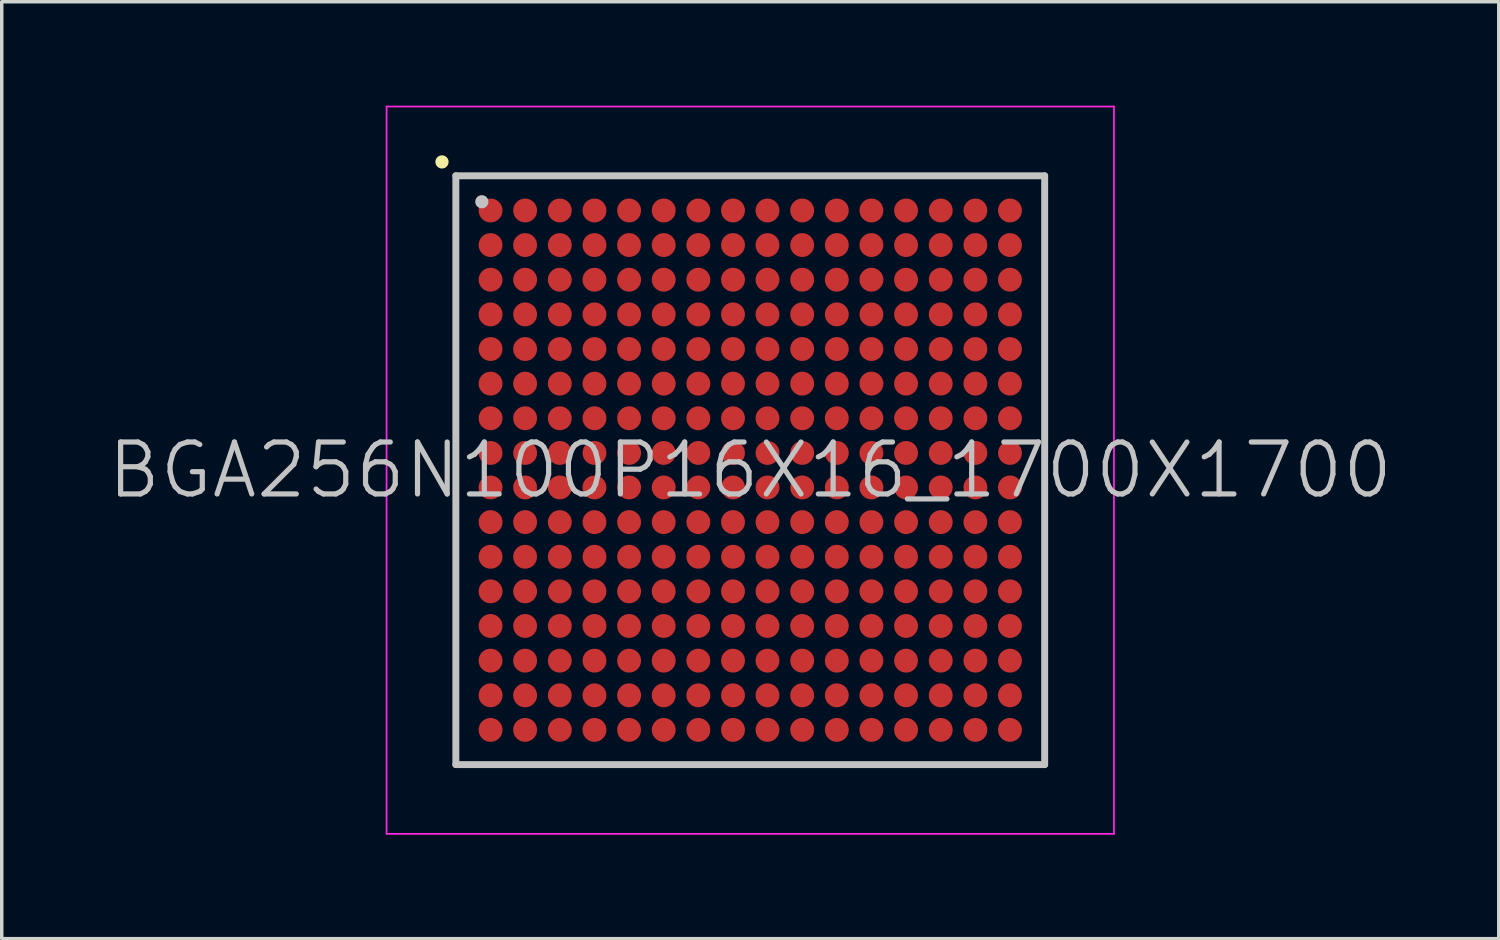
<source format=kicad_pcb>
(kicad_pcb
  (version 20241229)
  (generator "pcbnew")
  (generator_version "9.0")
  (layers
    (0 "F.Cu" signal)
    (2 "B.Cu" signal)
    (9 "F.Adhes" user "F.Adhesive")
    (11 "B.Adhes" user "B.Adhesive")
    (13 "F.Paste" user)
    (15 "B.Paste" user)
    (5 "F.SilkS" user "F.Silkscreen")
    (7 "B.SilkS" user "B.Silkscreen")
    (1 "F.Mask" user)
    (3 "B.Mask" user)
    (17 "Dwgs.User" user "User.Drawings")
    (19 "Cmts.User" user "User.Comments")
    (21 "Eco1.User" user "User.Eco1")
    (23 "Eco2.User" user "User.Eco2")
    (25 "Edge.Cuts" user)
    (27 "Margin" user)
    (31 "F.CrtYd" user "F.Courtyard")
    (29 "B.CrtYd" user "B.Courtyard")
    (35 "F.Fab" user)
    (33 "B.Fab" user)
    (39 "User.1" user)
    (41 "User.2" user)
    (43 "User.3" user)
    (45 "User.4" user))
  (footprint "BGA256N100P16X16_1700X1700"
    (layer "F.Cu")
    (at 18.611 10.525)
    (property "Reference" "BGA256N100P16X16_1700X1700" (at 0 0 0) (layer "Dwgs.User") (effects (font (size 1.5 1.5) (thickness 0.15))))
    (attr smd)
    (fp_line (start -8.9 -8.9) (end -8.9 -8.9) (stroke (width 0.381) (type solid)) (layer "F.SilkS"))
    (fp_line (start -8.5 -8.5) (end -8.5 8.5) (stroke (width 0.2) (type solid)) (layer "Dwgs.User"))
    (fp_line (start -8.5 -8.5) (end 8.5 -8.5) (stroke (width 0.2) (type solid)) (layer "Dwgs.User"))
    (fp_line (start -8.5 8.5) (end 8.5 8.5) (stroke (width 0.2) (type solid)) (layer "Dwgs.User"))
    (fp_line (start -7.75 -7.75) (end -7.75 -7.75) (stroke (width 0.381) (type solid)) (layer "Dwgs.User"))
    (fp_line (start 8.5 -8.5) (end 8.5 8.5) (stroke (width 0.2) (type solid)) (layer "Dwgs.User"))
    (fp_line (start -10.5 -10.5) (end -10.5 10.5) (stroke (width 0.05) (type solid)) (layer "F.CrtYd"))
    (fp_line (start -10.5 -10.5) (end 10.5 -10.5) (stroke (width 0.05) (type solid)) (layer "F.CrtYd"))
    (fp_line (start -10.5 10.5) (end 10.5 10.5) (stroke (width 0.05) (type solid)) (layer "F.CrtYd"))
    (fp_line (start 10.5 -10.5) (end 10.5 10.5) (stroke (width 0.05) (type solid)) (layer "F.CrtYd"))
    (pad "A1" smd circle (at -7.498 -7.498 270) (size 0.69 0.69) (layers "F.Cu" "F.Mask" "F.Paste"))
    (pad "A2" smd circle (at -6.5 -7.498 270) (size 0.69 0.69) (layers "F.Cu" "F.Mask" "F.Paste"))
    (pad "A3" smd circle (at -5.499 -7.498 270) (size 0.69 0.69) (layers "F.Cu" "F.Mask" "F.Paste"))
    (pad "A4" smd circle (at -4.498 -7.498 270) (size 0.69 0.69) (layers "F.Cu" "F.Mask" "F.Paste"))
    (pad "A5" smd circle (at -3.498 -7.498 270) (size 0.69 0.69) (layers "F.Cu" "F.Mask" "F.Paste"))
    (pad "A6" smd circle (at -2.499 -7.498 270) (size 0.69 0.69) (layers "F.Cu" "F.Mask" "F.Paste"))
    (pad "A7" smd circle (at -1.499 -7.498 270) (size 0.69 0.69) (layers "F.Cu" "F.Mask" "F.Paste"))
    (pad "A8" smd circle (at -0.498 -7.498 270) (size 0.69 0.69) (layers "F.Cu" "F.Mask" "F.Paste"))
    (pad "A9" smd circle (at 0.498 -7.498 270) (size 0.69 0.69) (layers "F.Cu" "F.Mask" "F.Paste"))
    (pad "A10" smd circle (at 1.499 -7.498 270) (size 0.69 0.69) (layers "F.Cu" "F.Mask" "F.Paste"))
    (pad "A11" smd circle (at 2.499 -7.498 270) (size 0.69 0.69) (layers "F.Cu" "F.Mask" "F.Paste"))
    (pad "A12" smd circle (at 3.498 -7.498 270) (size 0.69 0.69) (layers "F.Cu" "F.Mask" "F.Paste"))
    (pad "A13" smd circle (at 4.498 -7.498 270) (size 0.69 0.69) (layers "F.Cu" "F.Mask" "F.Paste"))
    (pad "A14" smd circle (at 5.499 -7.498 270) (size 0.69 0.69) (layers "F.Cu" "F.Mask" "F.Paste"))
    (pad "A15" smd circle (at 6.5 -7.498 270) (size 0.69 0.69) (layers "F.Cu" "F.Mask" "F.Paste"))
    (pad "A16" smd circle (at 7.498 -7.498 270) (size 0.69 0.69) (layers "F.Cu" "F.Mask" "F.Paste"))
    (pad "B1" smd circle (at -7.498 -6.5 270) (size 0.69 0.69) (layers "F.Cu" "F.Mask" "F.Paste"))
    (pad "B2" smd circle (at -6.5 -6.5 270) (size 0.69 0.69) (layers "F.Cu" "F.Mask" "F.Paste"))
    (pad "B3" smd circle (at -5.499 -6.5 270) (size 0.69 0.69) (layers "F.Cu" "F.Mask" "F.Paste"))
    (pad "B4" smd circle (at -4.498 -6.5 270) (size 0.69 0.69) (layers "F.Cu" "F.Mask" "F.Paste"))
    (pad "B5" smd circle (at -3.498 -6.5 270) (size 0.69 0.69) (layers "F.Cu" "F.Mask" "F.Paste"))
    (pad "B6" smd circle (at -2.499 -6.5 270) (size 0.69 0.69) (layers "F.Cu" "F.Mask" "F.Paste"))
    (pad "B7" smd circle (at -1.499 -6.5 270) (size 0.69 0.69) (layers "F.Cu" "F.Mask" "F.Paste"))
    (pad "B8" smd circle (at -0.498 -6.5 270) (size 0.69 0.69) (layers "F.Cu" "F.Mask" "F.Paste"))
    (pad "B9" smd circle (at 0.498 -6.5 270) (size 0.69 0.69) (layers "F.Cu" "F.Mask" "F.Paste"))
    (pad "B10" smd circle (at 1.499 -6.5 270) (size 0.69 0.69) (layers "F.Cu" "F.Mask" "F.Paste"))
    (pad "B11" smd circle (at 2.499 -6.5 270) (size 0.69 0.69) (layers "F.Cu" "F.Mask" "F.Paste"))
    (pad "B12" smd circle (at 3.498 -6.5 270) (size 0.69 0.69) (layers "F.Cu" "F.Mask" "F.Paste"))
    (pad "B13" smd circle (at 4.498 -6.5 270) (size 0.69 0.69) (layers "F.Cu" "F.Mask" "F.Paste"))
    (pad "B14" smd circle (at 5.499 -6.5 270) (size 0.69 0.69) (layers "F.Cu" "F.Mask" "F.Paste"))
    (pad "B15" smd circle (at 6.5 -6.5 270) (size 0.69 0.69) (layers "F.Cu" "F.Mask" "F.Paste"))
    (pad "B16" smd circle (at 7.498 -6.5 270) (size 0.69 0.69) (layers "F.Cu" "F.Mask" "F.Paste"))
    (pad "C1" smd circle (at -7.498 -5.499 270) (size 0.69 0.69) (layers "F.Cu" "F.Mask" "F.Paste"))
    (pad "C2" smd circle (at -6.5 -5.499 270) (size 0.69 0.69) (layers "F.Cu" "F.Mask" "F.Paste"))
    (pad "C3" smd circle (at -5.499 -5.499 270) (size 0.69 0.69) (layers "F.Cu" "F.Mask" "F.Paste"))
    (pad "C4" smd circle (at -4.498 -5.499 270) (size 0.69 0.69) (layers "F.Cu" "F.Mask" "F.Paste"))
    (pad "C5" smd circle (at -3.498 -5.499 270) (size 0.69 0.69) (layers "F.Cu" "F.Mask" "F.Paste"))
    (pad "C6" smd circle (at -2.499 -5.499 270) (size 0.69 0.69) (layers "F.Cu" "F.Mask" "F.Paste"))
    (pad "C7" smd circle (at -1.499 -5.499 270) (size 0.69 0.69) (layers "F.Cu" "F.Mask" "F.Paste"))
    (pad "C8" smd circle (at -0.498 -5.499 270) (size 0.69 0.69) (layers "F.Cu" "F.Mask" "F.Paste"))
    (pad "C9" smd circle (at 0.498 -5.499 270) (size 0.69 0.69) (layers "F.Cu" "F.Mask" "F.Paste"))
    (pad "C10" smd circle (at 1.499 -5.499 270) (size 0.69 0.69) (layers "F.Cu" "F.Mask" "F.Paste"))
    (pad "C11" smd circle (at 2.499 -5.499 270) (size 0.69 0.69) (layers "F.Cu" "F.Mask" "F.Paste"))
    (pad "C12" smd circle (at 3.498 -5.499 270) (size 0.69 0.69) (layers "F.Cu" "F.Mask" "F.Paste"))
    (pad "C13" smd circle (at 4.498 -5.499 270) (size 0.69 0.69) (layers "F.Cu" "F.Mask" "F.Paste"))
    (pad "C14" smd circle (at 5.499 -5.499 270) (size 0.69 0.69) (layers "F.Cu" "F.Mask" "F.Paste"))
    (pad "C15" smd circle (at 6.5 -5.499 270) (size 0.69 0.69) (layers "F.Cu" "F.Mask" "F.Paste"))
    (pad "C16" smd circle (at 7.498 -5.499 270) (size 0.69 0.69) (layers "F.Cu" "F.Mask" "F.Paste"))
    (pad "D1" smd circle (at -7.498 -4.498 270) (size 0.69 0.69) (layers "F.Cu" "F.Mask" "F.Paste"))
    (pad "D2" smd circle (at -6.5 -4.498 270) (size 0.69 0.69) (layers "F.Cu" "F.Mask" "F.Paste"))
    (pad "D3" smd circle (at -5.499 -4.498 270) (size 0.69 0.69) (layers "F.Cu" "F.Mask" "F.Paste"))
    (pad "D4" smd circle (at -4.498 -4.498 270) (size 0.69 0.69) (layers "F.Cu" "F.Mask" "F.Paste"))
    (pad "D5" smd circle (at -3.498 -4.498 270) (size 0.69 0.69) (layers "F.Cu" "F.Mask" "F.Paste"))
    (pad "D6" smd circle (at -2.499 -4.498 270) (size 0.69 0.69) (layers "F.Cu" "F.Mask" "F.Paste"))
    (pad "D7" smd circle (at -1.499 -4.498 270) (size 0.69 0.69) (layers "F.Cu" "F.Mask" "F.Paste"))
    (pad "D8" smd circle (at -0.498 -4.498 270) (size 0.69 0.69) (layers "F.Cu" "F.Mask" "F.Paste"))
    (pad "D9" smd circle (at 0.498 -4.498 270) (size 0.69 0.69) (layers "F.Cu" "F.Mask" "F.Paste"))
    (pad "D10" smd circle (at 1.499 -4.498 270) (size 0.69 0.69) (layers "F.Cu" "F.Mask" "F.Paste"))
    (pad "D11" smd circle (at 2.499 -4.498 270) (size 0.69 0.69) (layers "F.Cu" "F.Mask" "F.Paste"))
    (pad "D12" smd circle (at 3.498 -4.498 270) (size 0.69 0.69) (layers "F.Cu" "F.Mask" "F.Paste"))
    (pad "D13" smd circle (at 4.498 -4.498 270) (size 0.69 0.69) (layers "F.Cu" "F.Mask" "F.Paste"))
    (pad "D14" smd circle (at 5.499 -4.498 270) (size 0.69 0.69) (layers "F.Cu" "F.Mask" "F.Paste"))
    (pad "D15" smd circle (at 6.5 -4.498 270) (size 0.69 0.69) (layers "F.Cu" "F.Mask" "F.Paste"))
    (pad "D16" smd circle (at 7.498 -4.498 270) (size 0.69 0.69) (layers "F.Cu" "F.Mask" "F.Paste"))
    (pad "E1" smd circle (at -7.498 -3.498 270) (size 0.69 0.69) (layers "F.Cu" "F.Mask" "F.Paste"))
    (pad "E2" smd circle (at -6.5 -3.498 270) (size 0.69 0.69) (layers "F.Cu" "F.Mask" "F.Paste"))
    (pad "E3" smd circle (at -5.499 -3.498 270) (size 0.69 0.69) (layers "F.Cu" "F.Mask" "F.Paste"))
    (pad "E4" smd circle (at -4.498 -3.498 270) (size 0.69 0.69) (layers "F.Cu" "F.Mask" "F.Paste"))
    (pad "E5" smd circle (at -3.498 -3.498 270) (size 0.69 0.69) (layers "F.Cu" "F.Mask" "F.Paste"))
    (pad "E6" smd circle (at -2.499 -3.498 270) (size 0.69 0.69) (layers "F.Cu" "F.Mask" "F.Paste"))
    (pad "E7" smd circle (at -1.499 -3.498 270) (size 0.69 0.69) (layers "F.Cu" "F.Mask" "F.Paste"))
    (pad "E8" smd circle (at -0.498 -3.498 270) (size 0.69 0.69) (layers "F.Cu" "F.Mask" "F.Paste"))
    (pad "E9" smd circle (at 0.498 -3.498 270) (size 0.69 0.69) (layers "F.Cu" "F.Mask" "F.Paste"))
    (pad "E10" smd circle (at 1.499 -3.498 270) (size 0.69 0.69) (layers "F.Cu" "F.Mask" "F.Paste"))
    (pad "E11" smd circle (at 2.499 -3.498 270) (size 0.69 0.69) (layers "F.Cu" "F.Mask" "F.Paste"))
    (pad "E12" smd circle (at 3.498 -3.498 270) (size 0.69 0.69) (layers "F.Cu" "F.Mask" "F.Paste"))
    (pad "E13" smd circle (at 4.498 -3.498 270) (size 0.69 0.69) (layers "F.Cu" "F.Mask" "F.Paste"))
    (pad "E14" smd circle (at 5.499 -3.498 270) (size 0.69 0.69) (layers "F.Cu" "F.Mask" "F.Paste"))
    (pad "E15" smd circle (at 6.5 -3.498 270) (size 0.69 0.69) (layers "F.Cu" "F.Mask" "F.Paste"))
    (pad "E16" smd circle (at 7.498 -3.498 270) (size 0.69 0.69) (layers "F.Cu" "F.Mask" "F.Paste"))
    (pad "F1" smd circle (at -7.498 -2.499 270) (size 0.69 0.69) (layers "F.Cu" "F.Mask" "F.Paste"))
    (pad "F2" smd circle (at -6.5 -2.499 270) (size 0.69 0.69) (layers "F.Cu" "F.Mask" "F.Paste"))
    (pad "F3" smd circle (at -5.499 -2.499 270) (size 0.69 0.69) (layers "F.Cu" "F.Mask" "F.Paste"))
    (pad "F4" smd circle (at -4.498 -2.499 270) (size 0.69 0.69) (layers "F.Cu" "F.Mask" "F.Paste"))
    (pad "F5" smd circle (at -3.498 -2.499 270) (size 0.69 0.69) (layers "F.Cu" "F.Mask" "F.Paste"))
    (pad "F6" smd circle (at -2.499 -2.499 270) (size 0.69 0.69) (layers "F.Cu" "F.Mask" "F.Paste"))
    (pad "F7" smd circle (at -1.499 -2.499 270) (size 0.69 0.69) (layers "F.Cu" "F.Mask" "F.Paste"))
    (pad "F8" smd circle (at -0.498 -2.499 270) (size 0.69 0.69) (layers "F.Cu" "F.Mask" "F.Paste"))
    (pad "F9" smd circle (at 0.498 -2.499 270) (size 0.69 0.69) (layers "F.Cu" "F.Mask" "F.Paste"))
    (pad "F10" smd circle (at 1.499 -2.499 270) (size 0.69 0.69) (layers "F.Cu" "F.Mask" "F.Paste"))
    (pad "F11" smd circle (at 2.499 -2.499 270) (size 0.69 0.69) (layers "F.Cu" "F.Mask" "F.Paste"))
    (pad "F12" smd circle (at 3.498 -2.499 270) (size 0.69 0.69) (layers "F.Cu" "F.Mask" "F.Paste"))
    (pad "F13" smd circle (at 4.498 -2.499 270) (size 0.69 0.69) (layers "F.Cu" "F.Mask" "F.Paste"))
    (pad "F14" smd circle (at 5.499 -2.499 270) (size 0.69 0.69) (layers "F.Cu" "F.Mask" "F.Paste"))
    (pad "F15" smd circle (at 6.5 -2.499 270) (size 0.69 0.69) (layers "F.Cu" "F.Mask" "F.Paste"))
    (pad "F16" smd circle (at 7.498 -2.499 270) (size 0.69 0.69) (layers "F.Cu" "F.Mask" "F.Paste"))
    (pad "G1" smd circle (at -7.498 -1.499 270) (size 0.69 0.69) (layers "F.Cu" "F.Mask" "F.Paste"))
    (pad "G2" smd circle (at -6.5 -1.499 270) (size 0.69 0.69) (layers "F.Cu" "F.Mask" "F.Paste"))
    (pad "G3" smd circle (at -5.499 -1.499 270) (size 0.69 0.69) (layers "F.Cu" "F.Mask" "F.Paste"))
    (pad "G4" smd circle (at -4.498 -1.499 270) (size 0.69 0.69) (layers "F.Cu" "F.Mask" "F.Paste"))
    (pad "G5" smd circle (at -3.498 -1.499 270) (size 0.69 0.69) (layers "F.Cu" "F.Mask" "F.Paste"))
    (pad "G6" smd circle (at -2.499 -1.499 270) (size 0.69 0.69) (layers "F.Cu" "F.Mask" "F.Paste"))
    (pad "G7" smd circle (at -1.499 -1.499 270) (size 0.69 0.69) (layers "F.Cu" "F.Mask" "F.Paste"))
    (pad "G8" smd circle (at -0.498 -1.499 270) (size 0.69 0.69) (layers "F.Cu" "F.Mask" "F.Paste"))
    (pad "G9" smd circle (at 0.498 -1.499 270) (size 0.69 0.69) (layers "F.Cu" "F.Mask" "F.Paste"))
    (pad "G10" smd circle (at 1.499 -1.499 270) (size 0.69 0.69) (layers "F.Cu" "F.Mask" "F.Paste"))
    (pad "G11" smd circle (at 2.499 -1.499 270) (size 0.69 0.69) (layers "F.Cu" "F.Mask" "F.Paste"))
    (pad "G12" smd circle (at 3.498 -1.499 270) (size 0.69 0.69) (layers "F.Cu" "F.Mask" "F.Paste"))
    (pad "G13" smd circle (at 4.498 -1.499 270) (size 0.69 0.69) (layers "F.Cu" "F.Mask" "F.Paste"))
    (pad "G14" smd circle (at 5.499 -1.499 270) (size 0.69 0.69) (layers "F.Cu" "F.Mask" "F.Paste"))
    (pad "G15" smd circle (at 6.5 -1.499 270) (size 0.69 0.69) (layers "F.Cu" "F.Mask" "F.Paste"))
    (pad "G16" smd circle (at 7.498 -1.499 270) (size 0.69 0.69) (layers "F.Cu" "F.Mask" "F.Paste"))
    (pad "H1" smd circle (at -7.498 -0.498 270) (size 0.69 0.69) (layers "F.Cu" "F.Mask" "F.Paste"))
    (pad "H2" smd circle (at -6.5 -0.498 270) (size 0.69 0.69) (layers "F.Cu" "F.Mask" "F.Paste"))
    (pad "H3" smd circle (at -5.499 -0.498 270) (size 0.69 0.69) (layers "F.Cu" "F.Mask" "F.Paste"))
    (pad "H4" smd circle (at -4.498 -0.498 270) (size 0.69 0.69) (layers "F.Cu" "F.Mask" "F.Paste"))
    (pad "H5" smd circle (at -3.498 -0.498 270) (size 0.69 0.69) (layers "F.Cu" "F.Mask" "F.Paste"))
    (pad "H6" smd circle (at -2.499 -0.498 270) (size 0.69 0.69) (layers "F.Cu" "F.Mask" "F.Paste"))
    (pad "H7" smd circle (at -1.499 -0.498 270) (size 0.69 0.69) (layers "F.Cu" "F.Mask" "F.Paste"))
    (pad "H8" smd circle (at -0.498 -0.498 270) (size 0.69 0.69) (layers "F.Cu" "F.Mask" "F.Paste"))
    (pad "H9" smd circle (at 0.498 -0.498 270) (size 0.69 0.69) (layers "F.Cu" "F.Mask" "F.Paste"))
    (pad "H10" smd circle (at 1.499 -0.498 270) (size 0.69 0.69) (layers "F.Cu" "F.Mask" "F.Paste"))
    (pad "H11" smd circle (at 2.499 -0.498 270) (size 0.69 0.69) (layers "F.Cu" "F.Mask" "F.Paste"))
    (pad "H12" smd circle (at 3.498 -0.498 270) (size 0.69 0.69) (layers "F.Cu" "F.Mask" "F.Paste"))
    (pad "H13" smd circle (at 4.498 -0.498 270) (size 0.69 0.69) (layers "F.Cu" "F.Mask" "F.Paste"))
    (pad "H14" smd circle (at 5.499 -0.498 270) (size 0.69 0.69) (layers "F.Cu" "F.Mask" "F.Paste"))
    (pad "H15" smd circle (at 6.5 -0.498 270) (size 0.69 0.69) (layers "F.Cu" "F.Mask" "F.Paste"))
    (pad "H16" smd circle (at 7.498 -0.498 270) (size 0.69 0.69) (layers "F.Cu" "F.Mask" "F.Paste"))
    (pad "J1" smd circle (at -7.498 0.498 270) (size 0.69 0.69) (layers "F.Cu" "F.Mask" "F.Paste"))
    (pad "J2" smd circle (at -6.5 0.498 270) (size 0.69 0.69) (layers "F.Cu" "F.Mask" "F.Paste"))
    (pad "J3" smd circle (at -5.499 0.498 270) (size 0.69 0.69) (layers "F.Cu" "F.Mask" "F.Paste"))
    (pad "J4" smd circle (at -4.498 0.498 270) (size 0.69 0.69) (layers "F.Cu" "F.Mask" "F.Paste"))
    (pad "J5" smd circle (at -3.498 0.498 270) (size 0.69 0.69) (layers "F.Cu" "F.Mask" "F.Paste"))
    (pad "J6" smd circle (at -2.499 0.498 270) (size 0.69 0.69) (layers "F.Cu" "F.Mask" "F.Paste"))
    (pad "J7" smd circle (at -1.499 0.498 270) (size 0.69 0.69) (layers "F.Cu" "F.Mask" "F.Paste"))
    (pad "J8" smd circle (at -0.498 0.498 270) (size 0.69 0.69) (layers "F.Cu" "F.Mask" "F.Paste"))
    (pad "J9" smd circle (at 0.498 0.498 270) (size 0.69 0.69) (layers "F.Cu" "F.Mask" "F.Paste"))
    (pad "J10" smd circle (at 1.499 0.498 270) (size 0.69 0.69) (layers "F.Cu" "F.Mask" "F.Paste"))
    (pad "J11" smd circle (at 2.499 0.498 270) (size 0.69 0.69) (layers "F.Cu" "F.Mask" "F.Paste"))
    (pad "J12" smd circle (at 3.498 0.498 270) (size 0.69 0.69) (layers "F.Cu" "F.Mask" "F.Paste"))
    (pad "J13" smd circle (at 4.498 0.498 270) (size 0.69 0.69) (layers "F.Cu" "F.Mask" "F.Paste"))
    (pad "J14" smd circle (at 5.499 0.498 270) (size 0.69 0.69) (layers "F.Cu" "F.Mask" "F.Paste"))
    (pad "J15" smd circle (at 6.5 0.498 270) (size 0.69 0.69) (layers "F.Cu" "F.Mask" "F.Paste"))
    (pad "J16" smd circle (at 7.498 0.498 270) (size 0.69 0.69) (layers "F.Cu" "F.Mask" "F.Paste"))
    (pad "K1" smd circle (at -7.498 1.499 270) (size 0.69 0.69) (layers "F.Cu" "F.Mask" "F.Paste"))
    (pad "K2" smd circle (at -6.5 1.499 270) (size 0.69 0.69) (layers "F.Cu" "F.Mask" "F.Paste"))
    (pad "K3" smd circle (at -5.499 1.499 270) (size 0.69 0.69) (layers "F.Cu" "F.Mask" "F.Paste"))
    (pad "K4" smd circle (at -4.498 1.499 270) (size 0.69 0.69) (layers "F.Cu" "F.Mask" "F.Paste"))
    (pad "K5" smd circle (at -3.498 1.499 270) (size 0.69 0.69) (layers "F.Cu" "F.Mask" "F.Paste"))
    (pad "K6" smd circle (at -2.499 1.499 270) (size 0.69 0.69) (layers "F.Cu" "F.Mask" "F.Paste"))
    (pad "K7" smd circle (at -1.499 1.499 270) (size 0.69 0.69) (layers "F.Cu" "F.Mask" "F.Paste"))
    (pad "K8" smd circle (at -0.498 1.499 270) (size 0.69 0.69) (layers "F.Cu" "F.Mask" "F.Paste"))
    (pad "K9" smd circle (at 0.498 1.499 270) (size 0.69 0.69) (layers "F.Cu" "F.Mask" "F.Paste"))
    (pad "K10" smd circle (at 1.499 1.499 270) (size 0.69 0.69) (layers "F.Cu" "F.Mask" "F.Paste"))
    (pad "K11" smd circle (at 2.499 1.499 270) (size 0.69 0.69) (layers "F.Cu" "F.Mask" "F.Paste"))
    (pad "K12" smd circle (at 3.498 1.499 270) (size 0.69 0.69) (layers "F.Cu" "F.Mask" "F.Paste"))
    (pad "K13" smd circle (at 4.498 1.499 270) (size 0.69 0.69) (layers "F.Cu" "F.Mask" "F.Paste"))
    (pad "K14" smd circle (at 5.499 1.499 270) (size 0.69 0.69) (layers "F.Cu" "F.Mask" "F.Paste"))
    (pad "K15" smd circle (at 6.5 1.499 270) (size 0.69 0.69) (layers "F.Cu" "F.Mask" "F.Paste"))
    (pad "K16" smd circle (at 7.498 1.499 270) (size 0.69 0.69) (layers "F.Cu" "F.Mask" "F.Paste"))
    (pad "L1" smd circle (at -7.498 2.499 270) (size 0.69 0.69) (layers "F.Cu" "F.Mask" "F.Paste"))
    (pad "L2" smd circle (at -6.5 2.499 270) (size 0.69 0.69) (layers "F.Cu" "F.Mask" "F.Paste"))
    (pad "L3" smd circle (at -5.499 2.499 270) (size 0.69 0.69) (layers "F.Cu" "F.Mask" "F.Paste"))
    (pad "L4" smd circle (at -4.498 2.499 270) (size 0.69 0.69) (layers "F.Cu" "F.Mask" "F.Paste"))
    (pad "L5" smd circle (at -3.498 2.499 270) (size 0.69 0.69) (layers "F.Cu" "F.Mask" "F.Paste"))
    (pad "L6" smd circle (at -2.499 2.499 270) (size 0.69 0.69) (layers "F.Cu" "F.Mask" "F.Paste"))
    (pad "L7" smd circle (at -1.499 2.499 270) (size 0.69 0.69) (layers "F.Cu" "F.Mask" "F.Paste"))
    (pad "L8" smd circle (at -0.498 2.499 270) (size 0.69 0.69) (layers "F.Cu" "F.Mask" "F.Paste"))
    (pad "L9" smd circle (at 0.498 2.499 270) (size 0.69 0.69) (layers "F.Cu" "F.Mask" "F.Paste"))
    (pad "L10" smd circle (at 1.499 2.499 270) (size 0.69 0.69) (layers "F.Cu" "F.Mask" "F.Paste"))
    (pad "L11" smd circle (at 2.499 2.499 270) (size 0.69 0.69) (layers "F.Cu" "F.Mask" "F.Paste"))
    (pad "L12" smd circle (at 3.498 2.499 270) (size 0.69 0.69) (layers "F.Cu" "F.Mask" "F.Paste"))
    (pad "L13" smd circle (at 4.498 2.499 270) (size 0.69 0.69) (layers "F.Cu" "F.Mask" "F.Paste"))
    (pad "L14" smd circle (at 5.499 2.499 270) (size 0.69 0.69) (layers "F.Cu" "F.Mask" "F.Paste"))
    (pad "L15" smd circle (at 6.5 2.499 270) (size 0.69 0.69) (layers "F.Cu" "F.Mask" "F.Paste"))
    (pad "L16" smd circle (at 7.498 2.499 270) (size 0.69 0.69) (layers "F.Cu" "F.Mask" "F.Paste"))
    (pad "M1" smd circle (at -7.498 3.498 270) (size 0.69 0.69) (layers "F.Cu" "F.Mask" "F.Paste"))
    (pad "M2" smd circle (at -6.5 3.498 270) (size 0.69 0.69) (layers "F.Cu" "F.Mask" "F.Paste"))
    (pad "M3" smd circle (at -5.499 3.498 270) (size 0.69 0.69) (layers "F.Cu" "F.Mask" "F.Paste"))
    (pad "M4" smd circle (at -4.498 3.498 270) (size 0.69 0.69) (layers "F.Cu" "F.Mask" "F.Paste"))
    (pad "M5" smd circle (at -3.498 3.498 270) (size 0.69 0.69) (layers "F.Cu" "F.Mask" "F.Paste"))
    (pad "M6" smd circle (at -2.499 3.498 270) (size 0.69 0.69) (layers "F.Cu" "F.Mask" "F.Paste"))
    (pad "M7" smd circle (at -1.499 3.498 270) (size 0.69 0.69) (layers "F.Cu" "F.Mask" "F.Paste"))
    (pad "M8" smd circle (at -0.498 3.498 270) (size 0.69 0.69) (layers "F.Cu" "F.Mask" "F.Paste"))
    (pad "M9" smd circle (at 0.498 3.498 270) (size 0.69 0.69) (layers "F.Cu" "F.Mask" "F.Paste"))
    (pad "M10" smd circle (at 1.499 3.498 270) (size 0.69 0.69) (layers "F.Cu" "F.Mask" "F.Paste"))
    (pad "M11" smd circle (at 2.499 3.498 270) (size 0.69 0.69) (layers "F.Cu" "F.Mask" "F.Paste"))
    (pad "M12" smd circle (at 3.498 3.498 270) (size 0.69 0.69) (layers "F.Cu" "F.Mask" "F.Paste"))
    (pad "M13" smd circle (at 4.498 3.498 270) (size 0.69 0.69) (layers "F.Cu" "F.Mask" "F.Paste"))
    (pad "M14" smd circle (at 5.499 3.498 270) (size 0.69 0.69) (layers "F.Cu" "F.Mask" "F.Paste"))
    (pad "M15" smd circle (at 6.5 3.498 270) (size 0.69 0.69) (layers "F.Cu" "F.Mask" "F.Paste"))
    (pad "M16" smd circle (at 7.498 3.498 270) (size 0.69 0.69) (layers "F.Cu" "F.Mask" "F.Paste"))
    (pad "N1" smd circle (at -7.498 4.498 270) (size 0.69 0.69) (layers "F.Cu" "F.Mask" "F.Paste"))
    (pad "N2" smd circle (at -6.5 4.498 270) (size 0.69 0.69) (layers "F.Cu" "F.Mask" "F.Paste"))
    (pad "N3" smd circle (at -5.499 4.498 270) (size 0.69 0.69) (layers "F.Cu" "F.Mask" "F.Paste"))
    (pad "N4" smd circle (at -4.498 4.498 270) (size 0.69 0.69) (layers "F.Cu" "F.Mask" "F.Paste"))
    (pad "N5" smd circle (at -3.498 4.498 270) (size 0.69 0.69) (layers "F.Cu" "F.Mask" "F.Paste"))
    (pad "N6" smd circle (at -2.499 4.498 270) (size 0.69 0.69) (layers "F.Cu" "F.Mask" "F.Paste"))
    (pad "N7" smd circle (at -1.499 4.498 270) (size 0.69 0.69) (layers "F.Cu" "F.Mask" "F.Paste"))
    (pad "N8" smd circle (at -0.498 4.498 270) (size 0.69 0.69) (layers "F.Cu" "F.Mask" "F.Paste"))
    (pad "N9" smd circle (at 0.498 4.498 270) (size 0.69 0.69) (layers "F.Cu" "F.Mask" "F.Paste"))
    (pad "N10" smd circle (at 1.499 4.498 270) (size 0.69 0.69) (layers "F.Cu" "F.Mask" "F.Paste"))
    (pad "N11" smd circle (at 2.499 4.498 270) (size 0.69 0.69) (layers "F.Cu" "F.Mask" "F.Paste"))
    (pad "N12" smd circle (at 3.498 4.498 270) (size 0.69 0.69) (layers "F.Cu" "F.Mask" "F.Paste"))
    (pad "N13" smd circle (at 4.498 4.498 270) (size 0.69 0.69) (layers "F.Cu" "F.Mask" "F.Paste"))
    (pad "N14" smd circle (at 5.499 4.498 270) (size 0.69 0.69) (layers "F.Cu" "F.Mask" "F.Paste"))
    (pad "N15" smd circle (at 6.5 4.498 270) (size 0.69 0.69) (layers "F.Cu" "F.Mask" "F.Paste"))
    (pad "N16" smd circle (at 7.498 4.498 270) (size 0.69 0.69) (layers "F.Cu" "F.Mask" "F.Paste"))
    (pad "P1" smd circle (at -7.498 5.499 270) (size 0.69 0.69) (layers "F.Cu" "F.Mask" "F.Paste"))
    (pad "P2" smd circle (at -6.5 5.499 270) (size 0.69 0.69) (layers "F.Cu" "F.Mask" "F.Paste"))
    (pad "P3" smd circle (at -5.499 5.499 270) (size 0.69 0.69) (layers "F.Cu" "F.Mask" "F.Paste"))
    (pad "P4" smd circle (at -4.498 5.499 270) (size 0.69 0.69) (layers "F.Cu" "F.Mask" "F.Paste"))
    (pad "P5" smd circle (at -3.498 5.499 270) (size 0.69 0.69) (layers "F.Cu" "F.Mask" "F.Paste"))
    (pad "P6" smd circle (at -2.499 5.499 270) (size 0.69 0.69) (layers "F.Cu" "F.Mask" "F.Paste"))
    (pad "P7" smd circle (at -1.499 5.499 270) (size 0.69 0.69) (layers "F.Cu" "F.Mask" "F.Paste"))
    (pad "P8" smd circle (at -0.498 5.499 270) (size 0.69 0.69) (layers "F.Cu" "F.Mask" "F.Paste"))
    (pad "P9" smd circle (at 0.498 5.499 270) (size 0.69 0.69) (layers "F.Cu" "F.Mask" "F.Paste"))
    (pad "P10" smd circle (at 1.499 5.499 270) (size 0.69 0.69) (layers "F.Cu" "F.Mask" "F.Paste"))
    (pad "P11" smd circle (at 2.499 5.499 270) (size 0.69 0.69) (layers "F.Cu" "F.Mask" "F.Paste"))
    (pad "P12" smd circle (at 3.498 5.499 270) (size 0.69 0.69) (layers "F.Cu" "F.Mask" "F.Paste"))
    (pad "P13" smd circle (at 4.498 5.499 270) (size 0.69 0.69) (layers "F.Cu" "F.Mask" "F.Paste"))
    (pad "P14" smd circle (at 5.499 5.499 270) (size 0.69 0.69) (layers "F.Cu" "F.Mask" "F.Paste"))
    (pad "P15" smd circle (at 6.5 5.499 270) (size 0.69 0.69) (layers "F.Cu" "F.Mask" "F.Paste"))
    (pad "P16" smd circle (at 7.498 5.499 270) (size 0.69 0.69) (layers "F.Cu" "F.Mask" "F.Paste"))
    (pad "R1" smd circle (at -7.498 6.5 270) (size 0.69 0.69) (layers "F.Cu" "F.Mask" "F.Paste"))
    (pad "R2" smd circle (at -6.5 6.5 270) (size 0.69 0.69) (layers "F.Cu" "F.Mask" "F.Paste"))
    (pad "R3" smd circle (at -5.499 6.5 270) (size 0.69 0.69) (layers "F.Cu" "F.Mask" "F.Paste"))
    (pad "R4" smd circle (at -4.498 6.5 270) (size 0.69 0.69) (layers "F.Cu" "F.Mask" "F.Paste"))
    (pad "R5" smd circle (at -3.498 6.5 270) (size 0.69 0.69) (layers "F.Cu" "F.Mask" "F.Paste"))
    (pad "R6" smd circle (at -2.499 6.5 270) (size 0.69 0.69) (layers "F.Cu" "F.Mask" "F.Paste"))
    (pad "R7" smd circle (at -1.499 6.5 270) (size 0.69 0.69) (layers "F.Cu" "F.Mask" "F.Paste"))
    (pad "R8" smd circle (at -0.498 6.5 270) (size 0.69 0.69) (layers "F.Cu" "F.Mask" "F.Paste"))
    (pad "R9" smd circle (at 0.498 6.5 270) (size 0.69 0.69) (layers "F.Cu" "F.Mask" "F.Paste"))
    (pad "R10" smd circle (at 1.499 6.5 270) (size 0.69 0.69) (layers "F.Cu" "F.Mask" "F.Paste"))
    (pad "R11" smd circle (at 2.499 6.5 270) (size 0.69 0.69) (layers "F.Cu" "F.Mask" "F.Paste"))
    (pad "R12" smd circle (at 3.498 6.5 270) (size 0.69 0.69) (layers "F.Cu" "F.Mask" "F.Paste"))
    (pad "R13" smd circle (at 4.498 6.5 270) (size 0.69 0.69) (layers "F.Cu" "F.Mask" "F.Paste"))
    (pad "R14" smd circle (at 5.499 6.5 270) (size 0.69 0.69) (layers "F.Cu" "F.Mask" "F.Paste"))
    (pad "R15" smd circle (at 6.5 6.5 270) (size 0.69 0.69) (layers "F.Cu" "F.Mask" "F.Paste"))
    (pad "R16" smd circle (at 7.498 6.5 270) (size 0.69 0.69) (layers "F.Cu" "F.Mask" "F.Paste"))
    (pad "T1" smd circle (at -7.498 7.498 270) (size 0.69 0.69) (layers "F.Cu" "F.Mask" "F.Paste"))
    (pad "T2" smd circle (at -6.5 7.498 270) (size 0.69 0.69) (layers "F.Cu" "F.Mask" "F.Paste"))
    (pad "T3" smd circle (at -5.499 7.498 270) (size 0.69 0.69) (layers "F.Cu" "F.Mask" "F.Paste"))
    (pad "T4" smd circle (at -4.498 7.498 270) (size 0.69 0.69) (layers "F.Cu" "F.Mask" "F.Paste"))
    (pad "T5" smd circle (at -3.498 7.498 270) (size 0.69 0.69) (layers "F.Cu" "F.Mask" "F.Paste"))
    (pad "T6" smd circle (at -2.499 7.498 270) (size 0.69 0.69) (layers "F.Cu" "F.Mask" "F.Paste"))
    (pad "T7" smd circle (at -1.499 7.498 270) (size 0.69 0.69) (layers "F.Cu" "F.Mask" "F.Paste"))
    (pad "T8" smd circle (at -0.498 7.498 270) (size 0.69 0.69) (layers "F.Cu" "F.Mask" "F.Paste"))
    (pad "T9" smd circle (at 0.498 7.498 270) (size 0.69 0.69) (layers "F.Cu" "F.Mask" "F.Paste"))
    (pad "T10" smd circle (at 1.499 7.498 270) (size 0.69 0.69) (layers "F.Cu" "F.Mask" "F.Paste"))
    (pad "T11" smd circle (at 2.499 7.498 270) (size 0.69 0.69) (layers "F.Cu" "F.Mask" "F.Paste"))
    (pad "T12" smd circle (at 3.498 7.498 270) (size 0.69 0.69) (layers "F.Cu" "F.Mask" "F.Paste"))
    (pad "T13" smd circle (at 4.498 7.498 270) (size 0.69 0.69) (layers "F.Cu" "F.Mask" "F.Paste"))
    (pad "T14" smd circle (at 5.499 7.498 270) (size 0.69 0.69) (layers "F.Cu" "F.Mask" "F.Paste"))
    (pad "T15" smd circle (at 6.5 7.498 270) (size 0.69 0.69) (layers "F.Cu" "F.Mask" "F.Paste"))
    (pad "T16" smd circle (at 7.498 7.498 270) (size 0.69 0.69) (layers "F.Cu" "F.Mask" "F.Paste")))
  (gr_rect
    (start -3 -3)
    (end 40.221 24.05)
    (stroke (width 0.1) (type default))
    (fill no)
    (layer "Edge.Cuts")))
</source>
